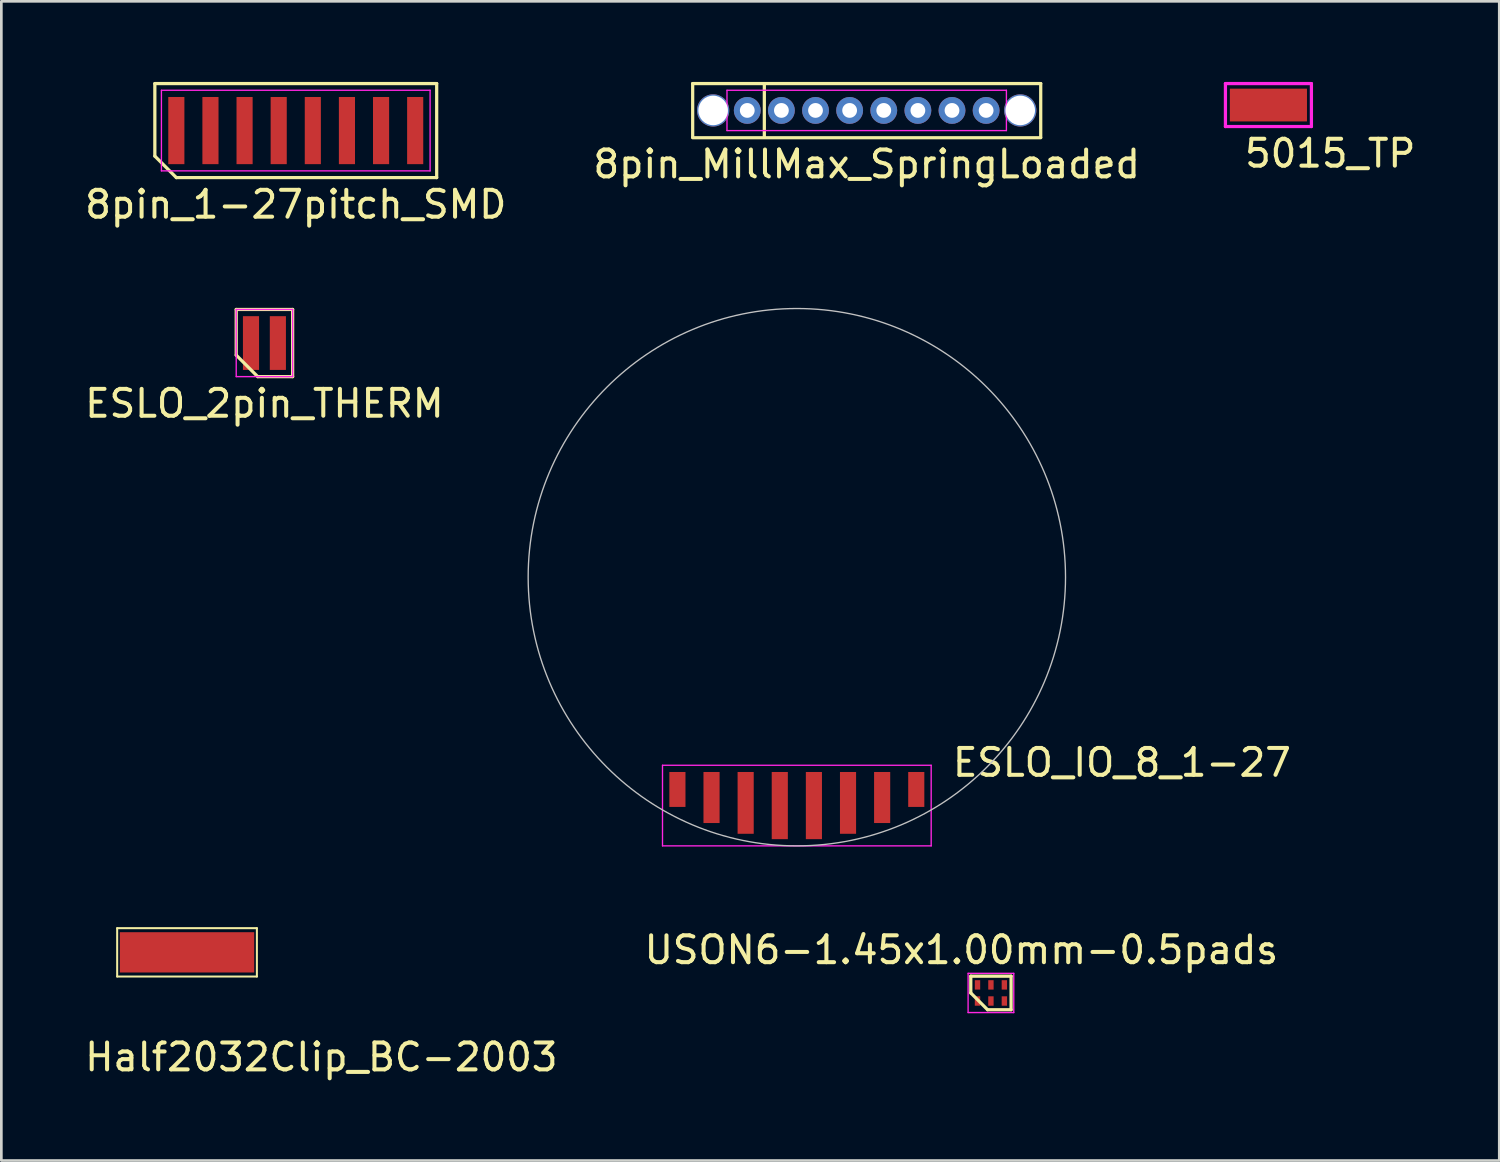
<source format=kicad_pcb>
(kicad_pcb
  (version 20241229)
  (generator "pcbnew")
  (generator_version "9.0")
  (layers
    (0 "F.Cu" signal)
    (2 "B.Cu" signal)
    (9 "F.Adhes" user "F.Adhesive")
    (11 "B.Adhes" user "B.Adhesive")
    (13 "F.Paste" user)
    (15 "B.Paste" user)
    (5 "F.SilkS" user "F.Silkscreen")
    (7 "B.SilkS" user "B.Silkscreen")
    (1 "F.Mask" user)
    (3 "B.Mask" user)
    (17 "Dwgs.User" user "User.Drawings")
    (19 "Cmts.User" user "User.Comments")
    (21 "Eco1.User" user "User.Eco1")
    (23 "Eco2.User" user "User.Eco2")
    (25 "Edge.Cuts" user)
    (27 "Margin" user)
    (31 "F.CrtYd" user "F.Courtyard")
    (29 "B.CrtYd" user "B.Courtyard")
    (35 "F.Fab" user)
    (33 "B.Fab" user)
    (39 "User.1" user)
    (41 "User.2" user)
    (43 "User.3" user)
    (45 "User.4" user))
  (footprint "ESLO_IO_8_1-27"
    (layer "F.Cu")
    (at 26.608 18.433)
    (property "Reference" "ESLO_IO_8_1-27" (at 12.1 6.9 0) (layer "F.SilkS") (effects (font (size 1 1) (thickness 0.15))))
    (attr smd)
    (fp_circle (center 0 0) (end 10 0) (stroke (width 0.05) (type solid)) (fill no) (layer "Dwgs.User"))
    (fp_line (start -5 7) (end 5 7) (stroke (width 0.05) (type solid)) (layer "F.CrtYd"))
    (fp_line (start -5 10) (end -5 7) (stroke (width 0.05) (type solid)) (layer "F.CrtYd"))
    (fp_line (start 5 7) (end 5 10) (stroke (width 0.05) (type solid)) (layer "F.CrtYd"))
    (fp_line (start 5 10) (end -5 10) (stroke (width 0.05) (type solid)) (layer "F.CrtYd"))
    (pad "1" smd rect (at -4.445 7.9) (size 0.6 1.3) (layers "F.Cu" "F.Mask" "F.Paste"))
    (pad "2" smd rect (at -3.175 8.2) (size 0.6 1.9) (layers "F.Cu" "F.Mask" "F.Paste"))
    (pad "3" smd rect (at -1.905 8.4) (size 0.6 2.3) (layers "F.Cu" "F.Mask" "F.Paste"))
    (pad "4" smd rect (at -0.635 8.5) (size 0.6 2.5) (layers "F.Cu" "F.Mask" "F.Paste"))
    (pad "5" smd rect (at 0.635 8.5) (size 0.6 2.5) (layers "F.Cu" "F.Mask" "F.Paste"))
    (pad "6" smd rect (at 1.905 8.4) (size 0.6 2.3) (layers "F.Cu" "F.Mask" "F.Paste"))
    (pad "7" smd rect (at 3.175 8.2) (size 0.6 1.9) (layers "F.Cu" "F.Mask" "F.Paste"))
    (pad "8" smd rect (at 4.445 7.9) (size 0.6 1.3) (layers "F.Cu" "F.Mask" "F.Paste")))
  (footprint "ESLO_2pin_THERM"
    (layer "F.Cu")
    (at 6.792 9.718)
    (property "Reference" "ESLO_2pin_THERM" (at 0 2.25 0) (layer "F.SilkS") (effects (font (size 1 1) (thickness 0.15))))
    (attr smd)
    (fp_line (start -1.05 -1.25) (end 1.05 -1.25) (stroke (width 0.12) (type solid)) (layer "F.SilkS"))
    (fp_line (start -1.05 0.45) (end -1.05 -1.25) (stroke (width 0.12) (type solid)) (layer "F.SilkS"))
    (fp_line (start -0.25 1.25) (end -1.05 0.45) (stroke (width 0.12) (type solid)) (layer "F.SilkS"))
    (fp_line (start 1.05 -1.25) (end 1.05 1.25) (stroke (width 0.12) (type solid)) (layer "F.SilkS"))
    (fp_line (start 1.05 1.25) (end -0.25 1.25) (stroke (width 0.12) (type solid)) (layer "F.SilkS"))
    (fp_line (start -1.05 -1.25) (end 1.05 -1.25) (stroke (width 0.05) (type solid)) (layer "F.CrtYd"))
    (fp_line (start -1.05 1.25) (end -1.05 -1.25) (stroke (width 0.05) (type solid)) (layer "F.CrtYd"))
    (fp_line (start 1.05 -1.25) (end 1.05 1.25) (stroke (width 0.05) (type solid)) (layer "F.CrtYd"))
    (fp_line (start 1.05 1.25) (end -1.05 1.25) (stroke (width 0.05) (type solid)) (layer "F.CrtYd"))
    (pad "1" smd rect (at -0.5 0) (size 0.6 2) (layers "F.Cu" "F.Mask" "F.Paste"))
    (pad "2" smd rect (at 0.5 0) (size 0.6 2) (layers "F.Cu" "F.Mask" "F.Paste")))
  (footprint "8pin_1-27pitch_SMD"
    (layer "F.Cu")
    (at 7.958 1.81)
    (property "Reference" "8pin_1-27pitch_SMD" (at 0 2.75 0) (layer "F.SilkS") (effects (font (size 1 1) (thickness 0.15))))
    (attr smd)
    (fp_line (start -5.245 -1.75) (end 5.245 -1.75) (stroke (width 0.12) (type solid)) (layer "F.SilkS"))
    (fp_line (start -5.245 0.95) (end -5.245 -1.75) (stroke (width 0.12) (type solid)) (layer "F.SilkS"))
    (fp_line (start -4.445 1.75) (end -5.245 0.95) (stroke (width 0.12) (type solid)) (layer "F.SilkS"))
    (fp_line (start 5.245 -1.75) (end 5.245 1.75) (stroke (width 0.12) (type solid)) (layer "F.SilkS"))
    (fp_line (start 5.245 1.75) (end -4.445 1.75) (stroke (width 0.12) (type solid)) (layer "F.SilkS"))
    (fp_line (start -5 -1.5) (end 5 -1.5) (stroke (width 0.05) (type solid)) (layer "F.CrtYd"))
    (fp_line (start -5 1.5) (end -5 -1.5) (stroke (width 0.05) (type solid)) (layer "F.CrtYd"))
    (fp_line (start 5 -1.5) (end 5 1.5) (stroke (width 0.05) (type solid)) (layer "F.CrtYd"))
    (fp_line (start 5 1.5) (end -5 1.5) (stroke (width 0.05) (type solid)) (layer "F.CrtYd"))
    (pad "1" smd rect (at -4.445 0) (size 0.6 2.5) (layers "F.Cu" "F.Mask" "F.Paste"))
    (pad "2" smd rect (at -3.175 0) (size 0.6 2.5) (layers "F.Cu" "F.Mask" "F.Paste"))
    (pad "3" smd rect (at -1.905 0) (size 0.6 2.5) (layers "F.Cu" "F.Mask" "F.Paste"))
    (pad "4" smd rect (at -0.635 0) (size 0.6 2.5) (layers "F.Cu" "F.Mask" "F.Paste"))
    (pad "5" smd rect (at 0.635 0) (size 0.6 2.5) (layers "F.Cu" "F.Mask" "F.Paste"))
    (pad "6" smd rect (at 1.905 0) (size 0.6 2.5) (layers "F.Cu" "F.Mask" "F.Paste"))
    (pad "7" smd rect (at 3.175 0) (size 0.6 2.5) (layers "F.Cu" "F.Mask" "F.Paste"))
    (pad "8" smd rect (at 4.445 0) (size 0.6 2.5) (layers "F.Cu" "F.Mask" "F.Paste")))
  (footprint "Half2032Clip_BC-2003"
    (layer "F.Cu")
    (at 3.911 32.396)
    (property "Reference" "Half2032Clip_BC-2003" (at 5 3.9 0) (layer "F.SilkS") (effects (font (size 1 1) (thickness 0.15))))
    (attr through_hole)
    (fp_line (start -2.6 -0.9) (end -2.6 0.9) (stroke (width 0.075) (type solid)) (layer "F.SilkS"))
    (fp_line (start -2.6 0.9) (end 2.6 0.9) (stroke (width 0.075) (type solid)) (layer "F.SilkS"))
    (fp_line (start 2.6 -0.9) (end -2.6 -0.9) (stroke (width 0.075) (type solid)) (layer "F.SilkS"))
    (fp_line (start 2.6 0.9) (end 2.6 -0.9) (stroke (width 0.075) (type solid)) (layer "F.SilkS"))
    (pad "1" smd rect (at 0 0) (size 5 1.5) (layers "F.Cu" "F.Mask" "F.Paste")))
  (footprint "8pin_MillMax_SpringLoaded"
    (layer "F.Cu")
    (at 29.208 1.06)
    (property "Reference" "8pin_MillMax_SpringLoaded" (at 0 2 0) (layer "F.SilkS") (effects (font (size 1 1) (thickness 0.15))))
    (attr through_hole)
    (fp_line (start -6.477 -1) (end 6.477 -1) (stroke (width 0.12) (type solid)) (layer "F.SilkS"))
    (fp_line (start -6.477 1) (end -6.477 -1) (stroke (width 0.12) (type solid)) (layer "F.SilkS"))
    (fp_line (start -3.81 -1) (end -3.81 1) (stroke (width 0.12) (type solid)) (layer "F.SilkS"))
    (fp_line (start 6.477 -1) (end 6.477 1) (stroke (width 0.12) (type solid)) (layer "F.SilkS"))
    (fp_line (start 6.477 1.016) (end -6.477 1.016) (stroke (width 0.12) (type solid)) (layer "F.SilkS"))
    (fp_line (start -5.2 -0.75) (end 5.2 -0.75) (stroke (width 0.05) (type solid)) (layer "F.CrtYd"))
    (fp_line (start -5.2 0.75) (end -5.2 -0.75) (stroke (width 0.05) (type solid)) (layer "F.CrtYd"))
    (fp_line (start 5.2 -0.75) (end 5.2 0.75) (stroke (width 0.05) (type solid)) (layer "F.CrtYd"))
    (fp_line (start 5.2 0.75) (end -5.2 0.75) (stroke (width 0.05) (type solid)) (layer "F.CrtYd"))
    (pad "" np_thru_hole circle (at -5.715 0) (size 1.2 1.2) (drill 1.1) (layers "*.Cu" "*.Mask"))
    (pad "" np_thru_hole circle (at 5.715 0) (size 1.2 1.2) (drill 1.1) (layers "*.Cu" "*.Mask"))
    (pad "1" thru_hole circle (at -4.445 0) (size 1 1) (drill 0.55) (layers "*.Cu" "*.Mask"))
    (pad "2" thru_hole circle (at -3.175 0) (size 1 1) (drill 0.55) (layers "*.Cu" "*.Mask"))
    (pad "3" thru_hole circle (at -1.905 0) (size 1 1) (drill 0.55) (layers "*.Cu" "*.Mask"))
    (pad "4" thru_hole circle (at -0.635 0) (size 1 1) (drill 0.55) (layers "*.Cu" "*.Mask"))
    (pad "5" thru_hole circle (at 0.635 0) (size 1 1) (drill 0.55) (layers "*.Cu" "*.Mask"))
    (pad "6" thru_hole circle (at 1.905 0) (size 1 1) (drill 0.55) (layers "*.Cu" "*.Mask"))
    (pad "7" thru_hole circle (at 3.175 0) (size 1 1) (drill 0.55) (layers "*.Cu" "*.Mask"))
    (pad "8" thru_hole circle (at 4.445 0) (size 1 1) (drill 0.55) (layers "*.Cu" "*.Mask")))
  (footprint "5015_TP"
    (layer "F.Cu")
    (at 44.16 0.86)
    (property "Reference" "5015_TP" (at 2.3 1.8 0) (layer "F.SilkS") (effects (font (size 1 1) (thickness 0.15))))
    (attr through_hole)
    (fp_line (start -1.6 -0.8) (end -1.6 0.8) (stroke (width 0.12) (type solid)) (layer "F.CrtYd"))
    (fp_line (start -1.6 0.8) (end 1.6 0.8) (stroke (width 0.12) (type solid)) (layer "F.CrtYd"))
    (fp_line (start 1.6 -0.8) (end -1.6 -0.8) (stroke (width 0.12) (type solid)) (layer "F.CrtYd"))
    (fp_line (start 1.6 0.8) (end 1.6 -0.8) (stroke (width 0.12) (type solid)) (layer "F.CrtYd"))
    (pad "1" smd rect (at 0 0) (size 2.87 1.22) (layers "F.Cu" "F.Mask" "F.Paste")))
  (footprint "USON6-1.45x1.00mm-0.5pads"
    (layer "F.Cu")
    (at 33.832 33.907)
    (property "Reference" "USON6-1.45x1.00mm-0.5pads" (at -1.1 -1.6 180) (layer "F.SilkS") (effects (font (size 1 1) (thickness 0.15))))
    (attr smd)
    (fp_line (start -0.75 -0.625) (end 0.75 -0.625) (stroke (width 0.12) (type solid)) (layer "F.SilkS"))
    (fp_line (start -0.75 0) (end -0.75 -0.625) (stroke (width 0.12) (type solid)) (layer "F.SilkS"))
    (fp_line (start -0.125 0.625) (end -0.75 0) (stroke (width 0.12) (type solid)) (layer "F.SilkS"))
    (fp_line (start 0.75 -0.625) (end 0.75 0.625) (stroke (width 0.12) (type solid)) (layer "F.SilkS"))
    (fp_line (start 0.75 0.625) (end -0.125 0.625) (stroke (width 0.12) (type solid)) (layer "F.SilkS"))
    (fp_line (start -0.85 -0.73) (end 0.85 -0.73) (stroke (width 0.05) (type solid)) (layer "F.CrtYd"))
    (fp_line (start -0.85 0.73) (end -0.85 -0.73) (stroke (width 0.05) (type solid)) (layer "F.CrtYd"))
    (fp_line (start 0.85 -0.73) (end 0.85 0.73) (stroke (width 0.05) (type solid)) (layer "F.CrtYd"))
    (fp_line (start 0.85 0.73) (end -0.85 0.73) (stroke (width 0.05) (type solid)) (layer "F.CrtYd"))
    (pad "1" smd rect (at -0.5 0.3) (size 0.2 0.35) (layers "F.Cu" "F.Mask" "F.Paste"))
    (pad "2" smd rect (at 0 0.3) (size 0.2 0.35) (layers "F.Cu" "F.Mask" "F.Paste"))
    (pad "3" smd rect (at 0.5 0.3) (size 0.2 0.35) (layers "F.Cu" "F.Mask" "F.Paste"))
    (pad "4" smd rect (at 0.5 -0.3) (size 0.2 0.35) (layers "F.Cu" "F.Mask" "F.Paste"))
    (pad "5" smd rect (at 0 -0.3) (size 0.2 0.35) (layers "F.Cu" "F.Mask" "F.Paste"))
    (pad "6" smd rect (at -0.5 -0.3) (size 0.2 0.35) (layers "F.Cu" "F.Mask" "F.Paste")))
  (gr_rect
    (start -3 -3)
    (end 52.752 40.144)
    (stroke (width 0.1) (type default))
    (fill no)
    (layer "Edge.Cuts")))
</source>
